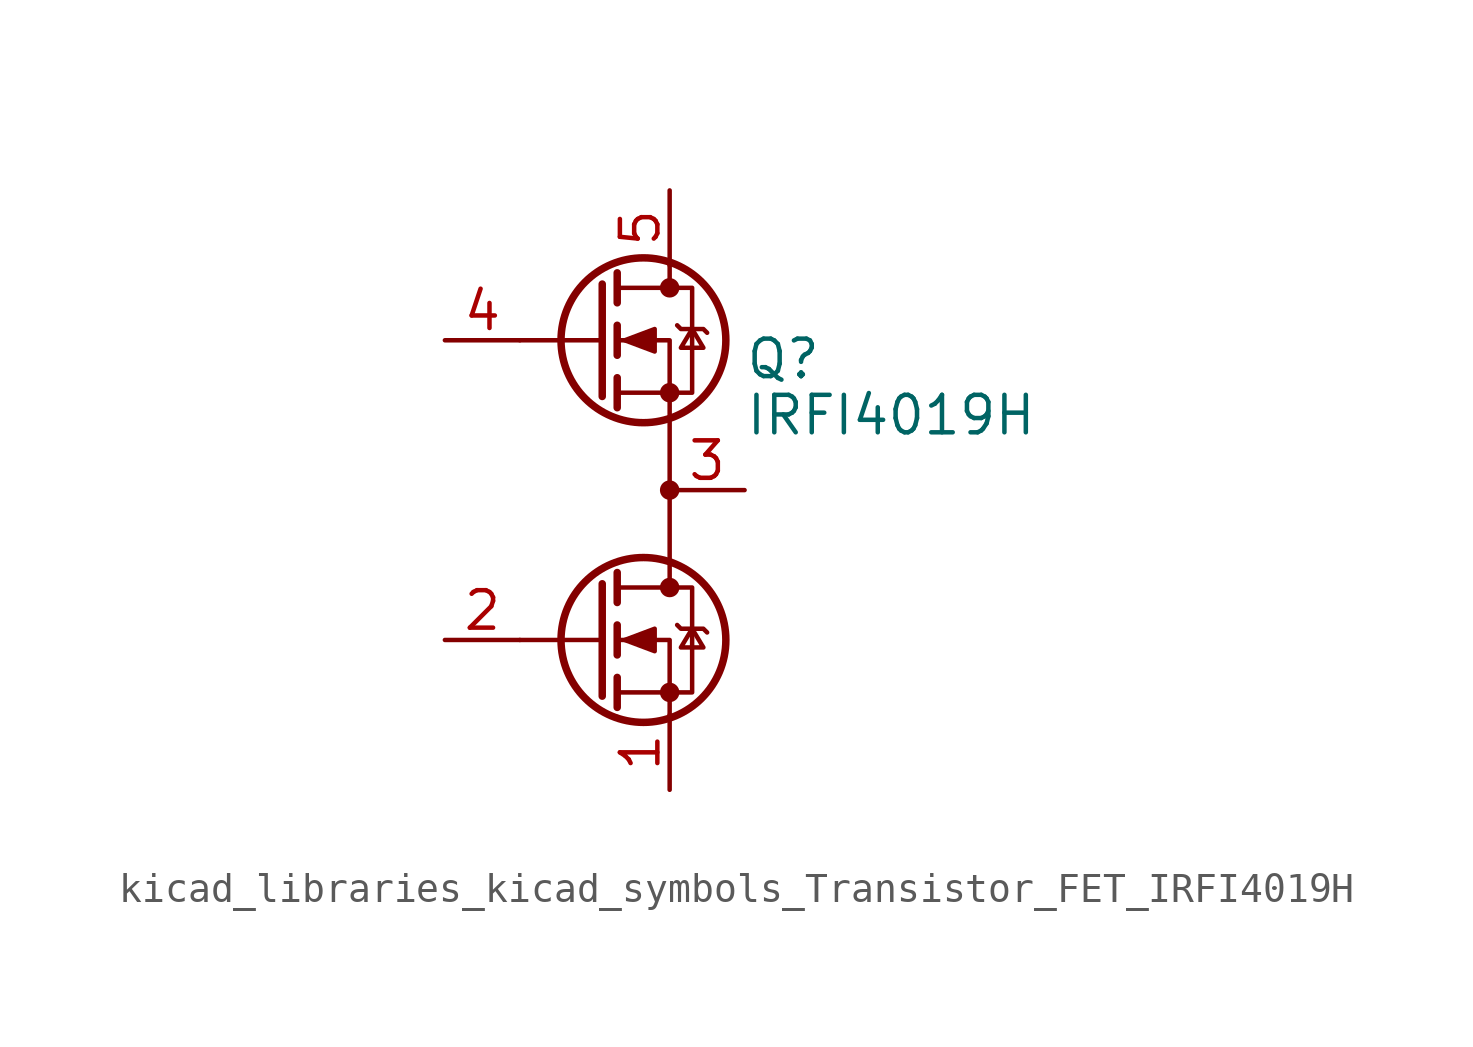
<source format=kicad_sym>
(kicad_symbol_lib
  (version 20220914)
  (generator kicad_symbol_editor)
  (symbol "kicad_libraries_kicad_symbols_Transistor_FET_IRFI4019H"
    (pin_names hide)
    (property "Reference" "Q"
      (at 5.08 4.445 0)
      (effects (font (size 1.27 1.27)) (justify left)))
    (property "Value" "IRFI4019H"
      (at 5.08 2.54 0)
      (effects (font (size 1.27 1.27)) (justify left)))
    (symbol "kicad_libraries_kicad_symbols_Transistor_FET_IRFI4019H_0_1"
      (polyline (pts (xy 0.254 -5.08) (xy -2.54 -5.08)) (stroke (width 0) (type default)) (fill (type none)))
      (polyline (pts (xy 0.254 -3.175) (xy 0.254 -6.985)) (stroke (width 0.254) (type default)) (fill (type none)))
      (polyline (pts (xy 0.254 5.08) (xy -2.54 5.08)) (stroke (width 0) (type default)) (fill (type none)))
      (polyline (pts (xy 0.254 6.985) (xy 0.254 3.175)) (stroke (width 0.254) (type default)) (fill (type none)))
      (polyline (pts (xy 0.762 -6.35) (xy 0.762 -7.366)) (stroke (width 0.254) (type default)) (fill (type none)))
      (polyline (pts (xy 0.762 -4.572) (xy 0.762 -5.588)) (stroke (width 0.254) (type default)) (fill (type none)))
      (polyline (pts (xy 0.762 -2.794) (xy 0.762 -3.81)) (stroke (width 0.254) (type default)) (fill (type none)))
      (polyline (pts (xy 0.762 3.81) (xy 0.762 2.794)) (stroke (width 0.254) (type default)) (fill (type none)))
      (polyline (pts (xy 0.762 5.588) (xy 0.762 4.572)) (stroke (width 0.254) (type default)) (fill (type none)))
      (polyline (pts (xy 0.762 7.366) (xy 0.762 6.35)) (stroke (width 0.254) (type default)) (fill (type none)))
      (polyline (pts (xy 2.54 7.62) (xy 2.54 6.858)) (stroke (width 0) (type default)) (fill (type none)))
      (polyline (pts (xy 2.54 -7.62) (xy 2.54 -5.08) (xy 0.762 -5.08)) (stroke (width 0) (type default)) (fill (type none)))
      (polyline (pts (xy 2.54 -3.302) (xy 2.54 5.08) (xy 0.762 5.08)) (stroke (width 0) (type default)) (fill (type none)))
      (polyline (pts (xy 0.762 -6.858) (xy 3.302 -6.858) (xy 3.302 -3.302) (xy 0.762 -3.302)) (stroke (width 0) (type default)) (fill (type none)))
      (polyline (pts (xy 0.762 3.302) (xy 3.302 3.302) (xy 3.302 6.858) (xy 0.762 6.858)) (stroke (width 0) (type default)) (fill (type none)))
      (polyline (pts (xy 1.016 -5.08) (xy 2.032 -4.699) (xy 2.032 -5.461) (xy 1.016 -5.08)) (stroke (width 0) (type default)) (fill (type outline)))
      (polyline (pts (xy 1.016 5.08) (xy 2.032 5.461) (xy 2.032 4.699) (xy 1.016 5.08)) (stroke (width 0) (type default)) (fill (type outline)))
      (polyline (pts (xy 2.794 -4.572) (xy 2.921 -4.699) (xy 3.683 -4.699) (xy 3.81 -4.826)) (stroke (width 0) (type default)) (fill (type none)))
      (polyline (pts (xy 2.794 5.588) (xy 2.921 5.461) (xy 3.683 5.461) (xy 3.81 5.334)) (stroke (width 0) (type default)) (fill (type none)))
      (polyline (pts (xy 3.302 -4.699) (xy 2.921 -5.334) (xy 3.683 -5.334) (xy 3.302 -4.699)) (stroke (width 0) (type default)) (fill (type none)))
      (polyline (pts (xy 3.302 5.461) (xy 2.921 4.826) (xy 3.683 4.826) (xy 3.302 5.461)) (stroke (width 0) (type default)) (fill (type none)))
      (circle (center 1.651 -5.08) (radius 2.794) (stroke (width 0.254) (type default)) (fill (type none)))
      (circle (center 1.651 5.08) (radius 2.794) (stroke (width 0.254) (type default)) (fill (type none)))
      (circle (center 2.54 -6.858) (radius 0.254) (stroke (width 0) (type default)) (fill (type outline)))
      (circle (center 2.54 -3.302) (radius 0.254) (stroke (width 0) (type default)) (fill (type outline)))
      (circle (center 2.54 0) (radius 0.254) (stroke (width 0) (type default)) (fill (type outline)))
      (circle (center 2.54 3.302) (radius 0.254) (stroke (width 0) (type default)) (fill (type outline)))
      (circle (center 2.54 6.858) (radius 0.254) (stroke (width 0) (type default)) (fill (type outline))))
    (symbol "kicad_libraries_kicad_symbols_Transistor_FET_IRFI4019H_1_1"
      (pin passive line (at 2.54 -10.16 90) (length 2.54) (name "S2" (effects (font (size 1.27 1.27)))) (number "1" (effects (font (size 1.27 1.27)))))
      (pin input line (at -5.08 -5.08 0) (length 2.54) (name "G2" (effects (font (size 1.27 1.27)))) (number "2" (effects (font (size 1.27 1.27)))))
      (pin passive line (at 5.08 0 180) (length 2.54) (name "S1/D2" (effects (font (size 1.27 1.27)))) (number "3" (effects (font (size 1.27 1.27)))))
      (pin input line (at -5.08 5.08 0) (length 2.54) (name "G1" (effects (font (size 1.27 1.27)))) (number "4" (effects (font (size 1.27 1.27)))))
      (pin passive line (at 2.54 10.16 270) (length 2.54) (name "D1" (effects (font (size 1.27 1.27)))) (number "5" (effects (font (size 1.27 1.27))))))))
</source>
